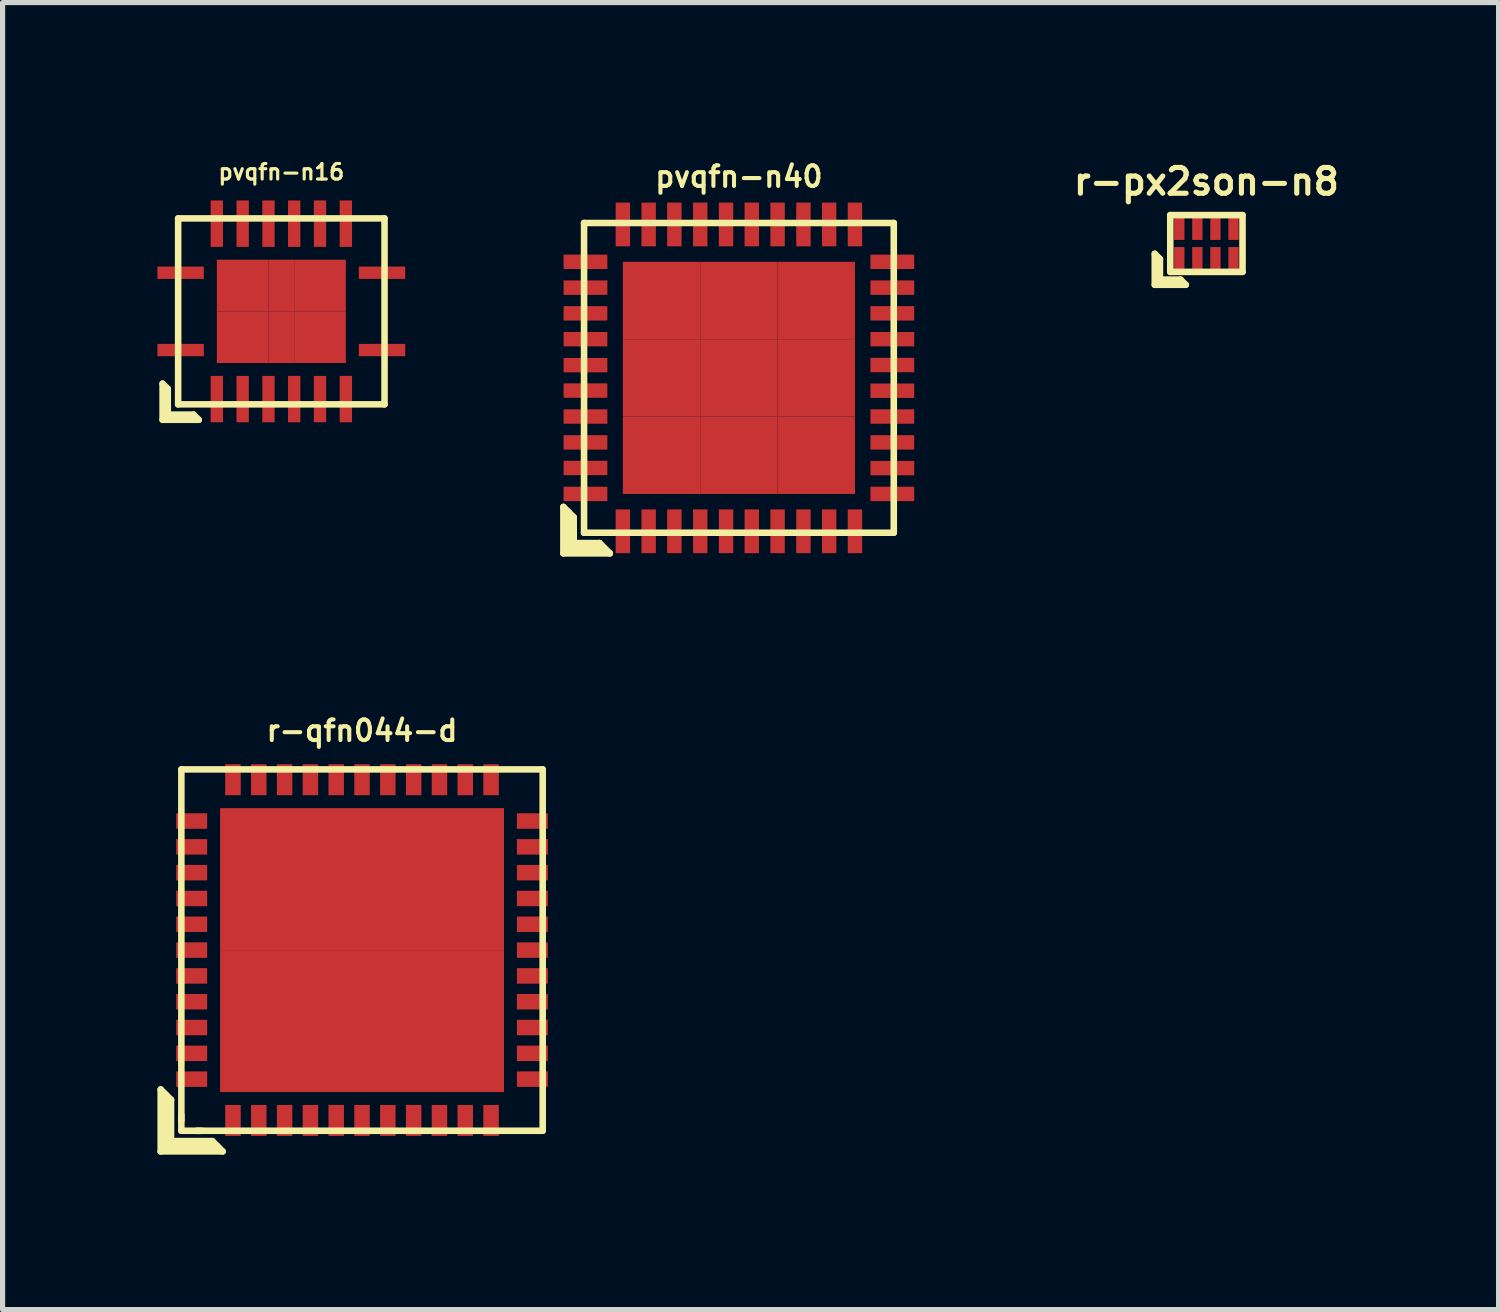
<source format=kicad_pcb>
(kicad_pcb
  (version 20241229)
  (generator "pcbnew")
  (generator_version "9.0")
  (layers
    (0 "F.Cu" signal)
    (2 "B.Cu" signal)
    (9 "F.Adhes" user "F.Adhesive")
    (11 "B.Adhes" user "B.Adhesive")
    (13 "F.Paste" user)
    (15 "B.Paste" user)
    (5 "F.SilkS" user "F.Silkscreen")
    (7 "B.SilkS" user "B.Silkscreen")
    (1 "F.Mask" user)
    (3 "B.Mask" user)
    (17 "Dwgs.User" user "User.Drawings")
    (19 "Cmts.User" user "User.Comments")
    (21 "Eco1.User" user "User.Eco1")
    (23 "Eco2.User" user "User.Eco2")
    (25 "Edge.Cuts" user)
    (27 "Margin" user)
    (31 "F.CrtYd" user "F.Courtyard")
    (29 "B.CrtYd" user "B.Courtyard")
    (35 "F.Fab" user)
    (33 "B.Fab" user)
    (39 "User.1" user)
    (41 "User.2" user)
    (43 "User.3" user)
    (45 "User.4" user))
  (footprint "pvqfn-n40"
    (layer "F.Cu")
    (at 11.264 4.27)
    (property "Reference" "pvqfn-n40" (at 0 -3.899 0) (layer "F.SilkS") (effects (font (size 0.399 0.399) (thickness 0.079))))
    (attr through_hole)
    (fp_line (start -3.4 2.5) (end -3.4 3.4) (stroke (width 0.127) (type solid)) (layer "F.SilkS"))
    (fp_line (start -3.4 3.4) (end -2.5 3.4) (stroke (width 0.127) (type solid)) (layer "F.SilkS"))
    (fp_line (start -3.3 3.3) (end -3.3 2.6) (stroke (width 0.127) (type solid)) (layer "F.SilkS"))
    (fp_line (start -3.2 2.7) (end -3.4 2.5) (stroke (width 0.127) (type solid)) (layer "F.SilkS"))
    (fp_line (start -3.2 3.2) (end -3.2 2.7) (stroke (width 0.127) (type solid)) (layer "F.SilkS"))
    (fp_line (start -3 -3) (end 3 -3) (stroke (width 0.127) (type solid)) (layer "F.SilkS"))
    (fp_line (start -3 3) (end -3 -3) (stroke (width 0.127) (type solid)) (layer "F.SilkS"))
    (fp_line (start -2.7 3.2) (end -3.2 3.2) (stroke (width 0.127) (type solid)) (layer "F.SilkS"))
    (fp_line (start -2.7 3.3) (end -3.3 3.3) (stroke (width 0.127) (type solid)) (layer "F.SilkS"))
    (fp_line (start -2.5 3.4) (end -2.7 3.2) (stroke (width 0.127) (type solid)) (layer "F.SilkS"))
    (fp_line (start 3 -3) (end 3 3) (stroke (width 0.127) (type solid)) (layer "F.SilkS"))
    (fp_line (start 3 3) (end -3 3) (stroke (width 0.127) (type solid)) (layer "F.SilkS"))
    (pad "1" smd rect (at -2.248 2.972) (size 0.279 0.848) (layers "F.Cu" "F.Mask" "F.Paste"))
    (pad "2" smd rect (at -1.748 2.972) (size 0.279 0.848) (layers "F.Cu" "F.Mask" "F.Paste"))
    (pad "3" smd rect (at -1.25 2.972) (size 0.279 0.848) (layers "F.Cu" "F.Mask" "F.Paste"))
    (pad "4" smd rect (at -0.749 2.972) (size 0.279 0.848) (layers "F.Cu" "F.Mask" "F.Paste"))
    (pad "5" smd rect (at -0.249 2.972) (size 0.279 0.848) (layers "F.Cu" "F.Mask" "F.Paste"))
    (pad "6" smd rect (at 0.249 2.972) (size 0.279 0.848) (layers "F.Cu" "F.Mask" "F.Paste"))
    (pad "7" smd rect (at 0.749 2.972) (size 0.279 0.848) (layers "F.Cu" "F.Mask" "F.Paste"))
    (pad "8" smd rect (at 1.25 2.972) (size 0.279 0.848) (layers "F.Cu" "F.Mask" "F.Paste"))
    (pad "9" smd rect (at 1.748 2.972) (size 0.279 0.848) (layers "F.Cu" "F.Mask" "F.Paste"))
    (pad "10" smd rect (at 2.248 2.972) (size 0.279 0.848) (layers "F.Cu" "F.Mask" "F.Paste"))
    (pad "11" smd rect (at 2.972 2.248) (size 0.848 0.279) (layers "F.Cu" "F.Mask" "F.Paste"))
    (pad "12" smd rect (at 2.972 1.748) (size 0.848 0.279) (layers "F.Cu" "F.Mask" "F.Paste"))
    (pad "13" smd rect (at 2.972 1.25) (size 0.848 0.279) (layers "F.Cu" "F.Mask" "F.Paste"))
    (pad "14" smd rect (at 2.972 0.749) (size 0.848 0.279) (layers "F.Cu" "F.Mask" "F.Paste"))
    (pad "15" smd rect (at 2.972 0.249) (size 0.848 0.279) (layers "F.Cu" "F.Mask" "F.Paste"))
    (pad "16" smd rect (at 2.972 -0.249) (size 0.848 0.279) (layers "F.Cu" "F.Mask" "F.Paste"))
    (pad "17" smd rect (at 2.972 -0.749) (size 0.848 0.279) (layers "F.Cu" "F.Mask" "F.Paste"))
    (pad "18" smd rect (at 2.972 -1.25) (size 0.848 0.279) (layers "F.Cu" "F.Mask" "F.Paste"))
    (pad "19" smd rect (at 2.972 -1.748) (size 0.848 0.279) (layers "F.Cu" "F.Mask" "F.Paste"))
    (pad "20" smd rect (at 2.972 -2.248) (size 0.848 0.279) (layers "F.Cu" "F.Mask" "F.Paste"))
    (pad "21" smd rect (at 2.248 -2.972) (size 0.279 0.848) (layers "F.Cu" "F.Mask" "F.Paste"))
    (pad "22" smd rect (at 1.748 -2.972) (size 0.279 0.848) (layers "F.Cu" "F.Mask" "F.Paste"))
    (pad "23" smd rect (at 1.25 -2.972) (size 0.279 0.848) (layers "F.Cu" "F.Mask" "F.Paste"))
    (pad "24" smd rect (at 0.749 -2.972) (size 0.279 0.848) (layers "F.Cu" "F.Mask" "F.Paste"))
    (pad "25" smd rect (at 0.249 -2.972) (size 0.279 0.848) (layers "F.Cu" "F.Mask" "F.Paste"))
    (pad "26" smd rect (at -0.249 -2.972) (size 0.279 0.848) (layers "F.Cu" "F.Mask" "F.Paste"))
    (pad "27" smd rect (at -0.749 -2.972) (size 0.279 0.848) (layers "F.Cu" "F.Mask" "F.Paste"))
    (pad "28" smd rect (at -1.25 -2.972) (size 0.279 0.848) (layers "F.Cu" "F.Mask" "F.Paste"))
    (pad "29" smd rect (at -1.748 -2.972) (size 0.279 0.848) (layers "F.Cu" "F.Mask" "F.Paste"))
    (pad "30" smd rect (at -2.248 -2.972) (size 0.279 0.848) (layers "F.Cu" "F.Mask" "F.Paste"))
    (pad "31" smd rect (at -2.972 -2.248) (size 0.848 0.279) (layers "F.Cu" "F.Mask" "F.Paste"))
    (pad "32" smd rect (at -2.972 -1.748) (size 0.848 0.279) (layers "F.Cu" "F.Mask" "F.Paste"))
    (pad "33" smd rect (at -2.972 -1.25) (size 0.848 0.279) (layers "F.Cu" "F.Mask" "F.Paste"))
    (pad "34" smd rect (at -2.972 -0.749) (size 0.848 0.279) (layers "F.Cu" "F.Mask" "F.Paste"))
    (pad "35" smd rect (at -2.972 -0.246) (size 0.848 0.279) (layers "F.Cu" "F.Mask" "F.Paste"))
    (pad "36" smd rect (at -2.972 0.246) (size 0.848 0.279) (layers "F.Cu" "F.Mask" "F.Paste"))
    (pad "37" smd rect (at -2.972 0.749) (size 0.848 0.279) (layers "F.Cu" "F.Mask" "F.Paste"))
    (pad "38" smd rect (at -2.972 1.25) (size 0.848 0.279) (layers "F.Cu" "F.Mask" "F.Paste"))
    (pad "39" smd rect (at -2.972 1.745) (size 0.848 0.279) (layers "F.Cu" "F.Mask" "F.Paste"))
    (pad "40" smd rect (at -2.972 2.248) (size 0.848 0.279) (layers "F.Cu" "F.Mask" "F.Paste"))
    (pad "41" smd rect (at -1.499 -1.499) (size 1.499 1.499) (layers "F.Cu" "F.Mask" "F.Paste"))
    (pad "41" smd rect (at -1.499 0) (size 1.499 1.499) (layers "F.Cu" "F.Mask" "F.Paste"))
    (pad "41" smd rect (at -1.499 1.499) (size 1.499 1.499) (layers "F.Cu" "F.Mask" "F.Paste"))
    (pad "41" smd rect (at 0 -1.499) (size 1.499 1.499) (layers "F.Cu" "F.Mask" "F.Paste"))
    (pad "41" smd rect (at 0 0) (size 1.499 1.499) (layers "F.Cu" "F.Mask" "F.Paste"))
    (pad "41" smd rect (at 0 1.499) (size 1.499 1.499) (layers "F.Cu" "F.Mask" "F.Paste"))
    (pad "41" smd rect (at 1.499 -1.499) (size 1.499 1.499) (layers "F.Cu" "F.Mask" "F.Paste"))
    (pad "41" smd rect (at 1.499 0) (size 1.499 1.499) (layers "F.Cu" "F.Mask" "F.Paste"))
    (pad "41" smd rect (at 1.499 1.499) (size 1.499 1.499) (layers "F.Cu" "F.Mask" "F.Paste")))
  (footprint "r-qfn044-d"
    (layer "F.Cu")
    (at 3.963 15.355)
    (property "Reference" "r-qfn044-d" (at 0 -4.25 0) (layer "F.SilkS") (effects (font (size 0.399 0.399) (thickness 0.079))))
    (attr through_hole)
    (fp_line (start -3.9 2.7) (end -3.7 2.9) (stroke (width 0.127) (type solid)) (layer "F.SilkS"))
    (fp_line (start -3.9 3.9) (end -3.9 2.7) (stroke (width 0.127) (type solid)) (layer "F.SilkS"))
    (fp_line (start -3.8 2.8) (end -3.8 3.8) (stroke (width 0.127) (type solid)) (layer "F.SilkS"))
    (fp_line (start -3.8 3.8) (end -2.8 3.8) (stroke (width 0.127) (type solid)) (layer "F.SilkS"))
    (fp_line (start -3.7 2.9) (end -3.7 3.7) (stroke (width 0.127) (type solid)) (layer "F.SilkS"))
    (fp_line (start -3.7 3.7) (end -2.9 3.7) (stroke (width 0.127) (type solid)) (layer "F.SilkS"))
    (fp_line (start -3.5 -3.5) (end -3.5 3.5) (stroke (width 0.127) (type solid)) (layer "F.SilkS"))
    (fp_line (start -3.5 3.2) (end -3.5 3.3) (stroke (width 0.127) (type solid)) (layer "F.SilkS"))
    (fp_line (start -3.5 3.5) (end 3.5 3.5) (stroke (width 0.127) (type solid)) (layer "F.SilkS"))
    (fp_line (start -3.1 3.5) (end -3.2 3.5) (stroke (width 0.127) (type solid)) (layer "F.SilkS"))
    (fp_line (start -2.9 3.7) (end -2.7 3.9) (stroke (width 0.127) (type solid)) (layer "F.SilkS"))
    (fp_line (start -2.7 3.9) (end -3.9 3.9) (stroke (width 0.127) (type solid)) (layer "F.SilkS"))
    (fp_line (start 3.5 -3.5) (end -3.5 -3.5) (stroke (width 0.127) (type solid)) (layer "F.SilkS"))
    (fp_line (start 3.5 3.5) (end 3.5 -3.5) (stroke (width 0.127) (type solid)) (layer "F.SilkS"))
    (pad "1" smd rect (at -2.5 3.3) (size 0.3 0.6) (layers "F.Cu" "F.Mask" "F.Paste"))
    (pad "2" smd rect (at -2 3.3) (size 0.3 0.6) (layers "F.Cu" "F.Mask" "F.Paste"))
    (pad "3" smd rect (at -1.5 3.3) (size 0.3 0.6) (layers "F.Cu" "F.Mask" "F.Paste"))
    (pad "4" smd rect (at -1 3.3) (size 0.3 0.6) (layers "F.Cu" "F.Mask" "F.Paste"))
    (pad "5" smd rect (at -0.5 3.3) (size 0.3 0.6) (layers "F.Cu" "F.Mask" "F.Paste"))
    (pad "6" smd rect (at 0 3.3) (size 0.3 0.6) (layers "F.Cu" "F.Mask" "F.Paste"))
    (pad "7" smd rect (at 0.5 3.3) (size 0.3 0.6) (layers "F.Cu" "F.Mask" "F.Paste"))
    (pad "8" smd rect (at 1 3.3) (size 0.3 0.6) (layers "F.Cu" "F.Mask" "F.Paste"))
    (pad "9" smd rect (at 1.5 3.3) (size 0.3 0.6) (layers "F.Cu" "F.Mask" "F.Paste"))
    (pad "10" smd rect (at 2 3.3) (size 0.3 0.6) (layers "F.Cu" "F.Mask" "F.Paste"))
    (pad "11" smd rect (at 2.5 3.3) (size 0.3 0.6) (layers "F.Cu" "F.Mask" "F.Paste"))
    (pad "12" smd rect (at 3.3 2.5) (size 0.6 0.3) (layers "F.Cu" "F.Mask" "F.Paste"))
    (pad "13" smd rect (at 3.3 2) (size 0.6 0.3) (layers "F.Cu" "F.Mask" "F.Paste"))
    (pad "14" smd rect (at 3.3 1.5) (size 0.6 0.3) (layers "F.Cu" "F.Mask" "F.Paste"))
    (pad "15" smd rect (at 3.3 1) (size 0.6 0.3) (layers "F.Cu" "F.Mask" "F.Paste"))
    (pad "16" smd rect (at 3.3 0.5) (size 0.6 0.3) (layers "F.Cu" "F.Mask" "F.Paste"))
    (pad "17" smd rect (at 3.3 0) (size 0.6 0.3) (layers "F.Cu" "F.Mask" "F.Paste"))
    (pad "18" smd rect (at 3.3 -0.5) (size 0.6 0.3) (layers "F.Cu" "F.Mask" "F.Paste"))
    (pad "19" smd rect (at 3.3 -1) (size 0.6 0.3) (layers "F.Cu" "F.Mask" "F.Paste"))
    (pad "20" smd rect (at 3.3 -1.5) (size 0.6 0.3) (layers "F.Cu" "F.Mask" "F.Paste"))
    (pad "21" smd rect (at 3.3 -2) (size 0.6 0.3) (layers "F.Cu" "F.Mask" "F.Paste"))
    (pad "22" smd rect (at 3.3 -2.5) (size 0.6 0.3) (layers "F.Cu" "F.Mask" "F.Paste"))
    (pad "23" smd rect (at 2.5 -3.3) (size 0.3 0.6) (layers "F.Cu" "F.Mask" "F.Paste"))
    (pad "24" smd rect (at 2 -3.3) (size 0.3 0.6) (layers "F.Cu" "F.Mask" "F.Paste"))
    (pad "25" smd rect (at 1.5 -3.3) (size 0.3 0.6) (layers "F.Cu" "F.Mask" "F.Paste"))
    (pad "26" smd rect (at 1 -3.3) (size 0.3 0.6) (layers "F.Cu" "F.Mask" "F.Paste"))
    (pad "27" smd rect (at 0.5 -3.3) (size 0.3 0.6) (layers "F.Cu" "F.Mask" "F.Paste"))
    (pad "28" smd rect (at 0 -3.3) (size 0.3 0.6) (layers "F.Cu" "F.Mask" "F.Paste"))
    (pad "29" smd rect (at -0.5 -3.3) (size 0.3 0.6) (layers "F.Cu" "F.Mask" "F.Paste"))
    (pad "30" smd rect (at -1 -3.3) (size 0.3 0.6) (layers "F.Cu" "F.Mask" "F.Paste"))
    (pad "31" smd rect (at -1.5 -3.3) (size 0.3 0.6) (layers "F.Cu" "F.Mask" "F.Paste"))
    (pad "32" smd rect (at -2 -3.3) (size 0.3 0.6) (layers "F.Cu" "F.Mask" "F.Paste"))
    (pad "33" smd rect (at -2.5 -3.3) (size 0.3 0.6) (layers "F.Cu" "F.Mask" "F.Paste"))
    (pad "34" smd rect (at -3.3 -2.5) (size 0.6 0.3) (layers "F.Cu" "F.Mask" "F.Paste"))
    (pad "35" smd rect (at -3.3 -2) (size 0.6 0.3) (layers "F.Cu" "F.Mask" "F.Paste"))
    (pad "36" smd rect (at -3.3 -1.5) (size 0.6 0.3) (layers "F.Cu" "F.Mask" "F.Paste"))
    (pad "37" smd rect (at -3.3 -1) (size 0.6 0.3) (layers "F.Cu" "F.Mask" "F.Paste"))
    (pad "38" smd rect (at -3.3 -0.5) (size 0.6 0.3) (layers "F.Cu" "F.Mask" "F.Paste"))
    (pad "39" smd rect (at -3.3 0) (size 0.6 0.3) (layers "F.Cu" "F.Mask" "F.Paste"))
    (pad "40" smd rect (at -3.3 0.5) (size 0.6 0.3) (layers "F.Cu" "F.Mask" "F.Paste"))
    (pad "41" smd rect (at -3.3 1) (size 0.6 0.3) (layers "F.Cu" "F.Mask" "F.Paste"))
    (pad "42" smd rect (at -3.3 1.5) (size 0.6 0.3) (layers "F.Cu" "F.Mask" "F.Paste"))
    (pad "43" smd rect (at -3.3 2) (size 0.6 0.3) (layers "F.Cu" "F.Mask" "F.Paste"))
    (pad "44" smd rect (at -3.3 2.5) (size 0.6 0.3) (layers "F.Cu" "F.Mask" "F.Paste"))
    (pad "45" smd rect (at -1.375 -1.375) (size 2.75 2.75) (layers "F.Cu" "F.Mask" "F.Paste"))
    (pad "45" smd rect (at -1.375 1.375) (size 2.75 2.75) (layers "F.Cu" "F.Mask" "F.Paste"))
    (pad "45" smd rect (at 1.375 -1.375) (size 2.75 2.75) (layers "F.Cu" "F.Mask" "F.Paste"))
    (pad "45" smd rect (at 1.375 1.375) (size 2.75 2.75) (layers "F.Cu" "F.Mask" "F.Paste")))
  (footprint "r-px2son-n8"
    (layer "F.Cu")
    (at 20.32 1.667)
    (property "Reference" "r-px2son-n8" (at 0 -1.2 0) (layer "F.SilkS") (effects (font (size 0.5 0.5) (thickness 0.099))))
    (attr through_hole)
    (fp_line (start -1 0.2) (end -1 0.8) (stroke (width 0.127) (type solid)) (layer "F.SilkS"))
    (fp_line (start -1 0.8) (end -0.4 0.8) (stroke (width 0.127) (type solid)) (layer "F.SilkS"))
    (fp_line (start -0.9 0.3) (end -1 0.2) (stroke (width 0.127) (type solid)) (layer "F.SilkS"))
    (fp_line (start -0.9 0.7) (end -0.9 0.3) (stroke (width 0.127) (type solid)) (layer "F.SilkS"))
    (fp_line (start -0.9 0.7) (end -0.5 0.7) (stroke (width 0.127) (type solid)) (layer "F.SilkS"))
    (fp_line (start -0.7 -0.55) (end 0.7 -0.55) (stroke (width 0.127) (type solid)) (layer "F.SilkS"))
    (fp_line (start -0.7 0.55) (end -0.7 -0.55) (stroke (width 0.127) (type solid)) (layer "F.SilkS"))
    (fp_line (start -0.5 0.7) (end -0.4 0.8) (stroke (width 0.127) (type solid)) (layer "F.SilkS"))
    (fp_line (start 0.7 -0.55) (end 0.7 0.55) (stroke (width 0.127) (type solid)) (layer "F.SilkS"))
    (fp_line (start 0.7 0.55) (end -0.7 0.55) (stroke (width 0.127) (type solid)) (layer "F.SilkS"))
    (pad "1" smd rect (at -0.525 0.334) (size 0.2 0.53) (layers "F.Cu" "F.Mask" "F.Paste"))
    (pad "2" smd rect (at -0.175 0.334) (size 0.2 0.53) (layers "F.Cu" "F.Mask" "F.Paste"))
    (pad "3" smd rect (at 0.175 0.334) (size 0.2 0.53) (layers "F.Cu" "F.Mask" "F.Paste"))
    (pad "4" smd rect (at 0.525 0.334) (size 0.2 0.53) (layers "F.Cu" "F.Mask" "F.Paste"))
    (pad "5" smd rect (at 0.525 -0.334) (size 0.2 0.53) (layers "F.Cu" "F.Mask" "F.Paste"))
    (pad "6" smd rect (at 0.175 -0.334) (size 0.2 0.53) (layers "F.Cu" "F.Mask" "F.Paste"))
    (pad "7" smd rect (at -0.175 -0.334) (size 0.2 0.53) (layers "F.Cu" "F.Mask" "F.Paste"))
    (pad "8" smd rect (at -0.525 -0.334) (size 0.2 0.53) (layers "F.Cu" "F.Mask" "F.Paste")))
  (footprint "pvqfn-n16"
    (layer "F.Cu")
    (at 2.4 2.982)
    (property "Reference" "pvqfn-n16" (at 0 -2.7 0) (layer "F.SilkS") (effects (font (size 0.3 0.3) (thickness 0.061))))
    (attr through_hole)
    (fp_line (start -2.3 1.4) (end -2.3 2.1) (stroke (width 0.127) (type solid)) (layer "F.SilkS"))
    (fp_line (start -2.3 2.1) (end -1.6 2.1) (stroke (width 0.127) (type solid)) (layer "F.SilkS"))
    (fp_line (start -2.2 1.5) (end -2.3 1.4) (stroke (width 0.127) (type solid)) (layer "F.SilkS"))
    (fp_line (start -2.2 2) (end -2.2 1.5) (stroke (width 0.127) (type solid)) (layer "F.SilkS"))
    (fp_line (start -1.999 -1.801) (end 1.999 -1.801) (stroke (width 0.127) (type solid)) (layer "F.SilkS"))
    (fp_line (start -1.999 1.801) (end -1.999 -1.801) (stroke (width 0.127) (type solid)) (layer "F.SilkS"))
    (fp_line (start -1.7 2) (end -2.2 2) (stroke (width 0.127) (type solid)) (layer "F.SilkS"))
    (fp_line (start -1.6 2.1) (end -1.7 2) (stroke (width 0.127) (type solid)) (layer "F.SilkS"))
    (fp_line (start 1.999 -1.801) (end 1.999 1.801) (stroke (width 0.127) (type solid)) (layer "F.SilkS"))
    (fp_line (start 1.999 1.801) (end -1.999 1.801) (stroke (width 0.127) (type solid)) (layer "F.SilkS"))
    (pad "1" smd rect (at -1.951 0.749) (size 0.899 0.239) (layers "F.Cu" "F.Mask" "F.Paste"))
    (pad "2" smd rect (at -1.25 1.699) (size 0.239 0.899) (layers "F.Cu" "F.Mask" "F.Paste"))
    (pad "3" smd rect (at -0.749 1.699) (size 0.239 0.899) (layers "F.Cu" "F.Mask" "F.Paste"))
    (pad "4" smd rect (at -0.249 1.699) (size 0.239 0.899) (layers "F.Cu" "F.Mask" "F.Paste"))
    (pad "5" smd rect (at 0.249 1.699) (size 0.239 0.899) (layers "F.Cu" "F.Mask" "F.Paste"))
    (pad "6" smd rect (at 0.749 1.699) (size 0.239 0.899) (layers "F.Cu" "F.Mask" "F.Paste"))
    (pad "7" smd rect (at 1.25 1.699) (size 0.239 0.899) (layers "F.Cu" "F.Mask" "F.Paste"))
    (pad "8" smd rect (at 1.951 0.749) (size 0.899 0.239) (layers "F.Cu" "F.Mask" "F.Paste"))
    (pad "9" smd rect (at 1.951 -0.749) (size 0.899 0.239) (layers "F.Cu" "F.Mask" "F.Paste"))
    (pad "10" smd rect (at 1.25 -1.699) (size 0.239 0.899) (layers "F.Cu" "F.Mask" "F.Paste"))
    (pad "11" smd rect (at 0.749 -1.699) (size 0.239 0.899) (layers "F.Cu" "F.Mask" "F.Paste"))
    (pad "12" smd rect (at 0.249 -1.699) (size 0.239 0.899) (layers "F.Cu" "F.Mask" "F.Paste"))
    (pad "13" smd rect (at -0.249 -1.699) (size 0.239 0.899) (layers "F.Cu" "F.Mask" "F.Paste"))
    (pad "14" smd rect (at -0.749 -1.699) (size 0.239 0.899) (layers "F.Cu" "F.Mask" "F.Paste"))
    (pad "15" smd rect (at -1.25 -1.699) (size 0.239 0.899) (layers "F.Cu" "F.Mask" "F.Paste"))
    (pad "16" smd rect (at -1.951 -0.749) (size 0.899 0.239) (layers "F.Cu" "F.Mask" "F.Paste"))
    (pad "17" smd rect (at -0.749 -0.5) (size 1.001 1.001) (layers "F.Cu" "F.Mask" "F.Paste"))
    (pad "17" smd rect (at -0.749 0.5) (size 1.001 1.001) (layers "F.Cu" "F.Mask" "F.Paste"))
    (pad "17" smd rect (at 0 -0.5) (size 0.5 1.001) (layers "F.Cu" "F.Mask" "F.Paste"))
    (pad "17" smd rect (at 0 0.5) (size 0.5 1.001) (layers "F.Cu" "F.Mask" "F.Paste"))
    (pad "17" smd rect (at 0.749 -0.5) (size 1.001 1.001) (layers "F.Cu" "F.Mask" "F.Paste"))
    (pad "17" smd rect (at 0.749 0.5) (size 1.001 1.001) (layers "F.Cu" "F.Mask" "F.Paste")))
  (gr_rect
    (start -3 -3)
    (end 25.98 22.319)
    (stroke (width 0.1) (type default))
    (fill no)
    (layer "Edge.Cuts")))
</source>
